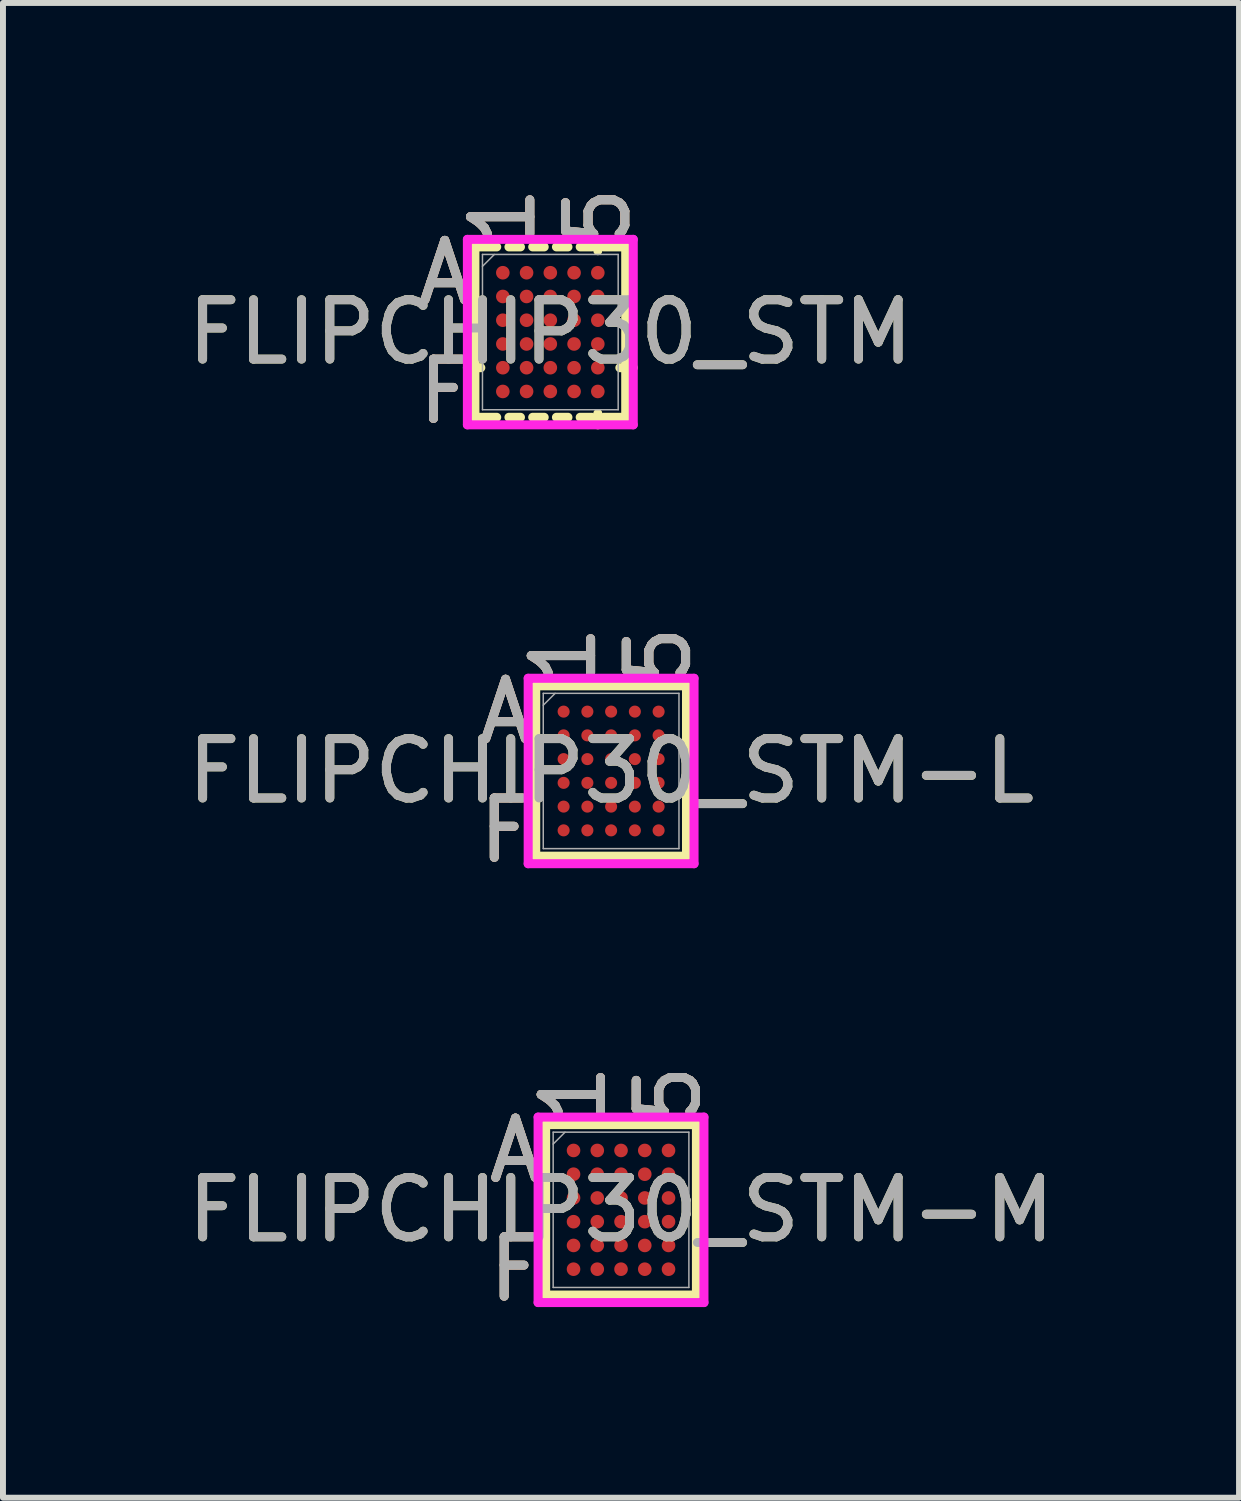
<source format=kicad_pcb>
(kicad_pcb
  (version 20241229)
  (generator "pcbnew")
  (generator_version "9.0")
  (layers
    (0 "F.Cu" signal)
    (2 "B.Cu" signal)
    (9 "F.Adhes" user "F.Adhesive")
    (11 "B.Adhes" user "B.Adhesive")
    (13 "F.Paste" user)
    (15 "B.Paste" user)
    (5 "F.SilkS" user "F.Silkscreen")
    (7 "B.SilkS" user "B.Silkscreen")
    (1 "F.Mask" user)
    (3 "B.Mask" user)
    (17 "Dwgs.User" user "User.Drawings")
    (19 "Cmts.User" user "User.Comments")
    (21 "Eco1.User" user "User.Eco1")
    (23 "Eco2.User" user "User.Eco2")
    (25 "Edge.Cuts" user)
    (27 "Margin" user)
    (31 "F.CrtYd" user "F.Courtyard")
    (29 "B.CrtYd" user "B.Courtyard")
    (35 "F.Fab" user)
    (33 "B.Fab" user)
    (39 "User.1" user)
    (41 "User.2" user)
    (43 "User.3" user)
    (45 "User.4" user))
  (footprint "FLIPCHIP30_STM-M"
    (layer "F.Cu")
    (at 7.411 17.329)
    (property "Reference" "FLIPCHIP30_STM-M" (at 0 0 0) (unlocked yes) (layer "F.SilkS") (effects (font (size 1 1) (thickness 0.15))))
    (attr smd)
    (fp_line (start -1.27 -1.435) (end -1.27 1.435) (stroke (width 0.152) (type solid)) (layer "F.SilkS"))
    (fp_line (start -1.27 1.435) (end 1.27 1.435) (stroke (width 0.152) (type solid)) (layer "F.SilkS"))
    (fp_line (start 1.27 -1.435) (end -1.27 -1.435) (stroke (width 0.152) (type solid)) (layer "F.SilkS"))
    (fp_line (start 1.27 1.435) (end 1.27 -1.435) (stroke (width 0.152) (type solid)) (layer "F.SilkS"))
    (fp_poly (pts (xy -1.444 -1.645) (xy 1.444 -1.645) (xy 1.444 1.645) (xy -1.444 1.645)) (stroke (width 0.1) (type solid)) (fill no) (layer "Eco2.User"))
    (fp_line (start -1.397 -1.562) (end 1.397 -1.562) (stroke (width 0.152) (type solid)) (layer "F.CrtYd"))
    (fp_line (start -1.397 1.562) (end -1.397 -1.562) (stroke (width 0.152) (type solid)) (layer "F.CrtYd"))
    (fp_line (start 1.397 -1.562) (end 1.397 1.562) (stroke (width 0.152) (type solid)) (layer "F.CrtYd"))
    (fp_line (start 1.397 1.562) (end -1.397 1.562) (stroke (width 0.152) (type solid)) (layer "F.CrtYd"))
    (fp_line (start -1.143 -1.308) (end -1.143 1.308) (stroke (width 0.025) (type solid)) (layer "F.Fab"))
    (fp_line (start -1.143 1.308) (end 1.143 1.308) (stroke (width 0.025) (type solid)) (layer "F.Fab"))
    (fp_line (start -0.943 -1.308) (end -1.143 -1.108) (stroke (width 0.025) (type solid)) (layer "F.Fab"))
    (fp_line (start 1.143 -1.308) (end -1.143 -1.308) (stroke (width 0.025) (type solid)) (layer "F.Fab"))
    (fp_line (start 1.143 1.308) (end 1.143 -1.308) (stroke (width 0.025) (type solid)) (layer "F.Fab"))
    (fp_text user "F" (at -1.778 1 0) (unlocked yes) (layer "F.SilkS") (effects (font (size 1 1) (thickness 0.15))))
    (fp_text user "5" (at 0.8 -1.943 90) (unlocked yes) (layer "F.SilkS") (effects (font (size 1 1) (thickness 0.15))))
    (fp_text user "A" (at -1.778 -1 0) (unlocked yes) (layer "F.SilkS") (effects (font (size 1 1) (thickness 0.15))))
    (fp_text user "1" (at -0.8 -1.943 90) (unlocked yes) (layer "F.SilkS") (effects (font (size 1 1) (thickness 0.15))))
    (fp_text user "A" (at -1.778 -1 0) (unlocked yes) (layer "B.SilkS") (effects (font (size 1 1) (thickness 0.15))))
    (fp_text user "1" (at -0.8 -1.943 90) (unlocked yes) (layer "B.SilkS") (effects (font (size 1 1) (thickness 0.15))))
    (fp_text user "F" (at -1.778 1 0) (unlocked yes) (layer "B.SilkS") (effects (font (size 1 1) (thickness 0.15))))
    (fp_text user "5" (at 0.8 -1.943 90) (unlocked yes) (layer "B.SilkS") (effects (font (size 1 1) (thickness 0.15))))
    (fp_text user "1" (at -0.8 -1.943 90) (unlocked yes) (layer "F.Fab") (effects (font (size 1 1) (thickness 0.15))))
    (fp_text user "${REFERENCE}" (at 0 0 0) (unlocked yes) (layer "F.Fab") (effects (font (size 1 1) (thickness 0.15))))
    (fp_text user "5" (at 0.8 -1.943 90) (unlocked yes) (layer "F.Fab") (effects (font (size 1 1) (thickness 0.15))))
    (fp_text user "F" (at -1.778 1 0) (unlocked yes) (layer "F.Fab") (effects (font (size 1 1) (thickness 0.15))))
    (fp_text user "A" (at -1.778 -1 0) (unlocked yes) (layer "F.Fab") (effects (font (size 1 1) (thickness 0.15))))
    (pad "A1" smd circle (at -0.8 -1) (size 0.229 0.229) (layers "F.Cu" "F.Mask" "F.Paste"))
    (pad "A2" smd circle (at -0.4 -1) (size 0.229 0.229) (layers "F.Cu" "F.Mask" "F.Paste"))
    (pad "A3" smd circle (at 0 -1) (size 0.229 0.229) (layers "F.Cu" "F.Mask" "F.Paste"))
    (pad "A4" smd circle (at 0.4 -1) (size 0.229 0.229) (layers "F.Cu" "F.Mask" "F.Paste"))
    (pad "A5" smd circle (at 0.8 -1) (size 0.229 0.229) (layers "F.Cu" "F.Mask" "F.Paste"))
    (pad "B1" smd circle (at -0.8 -0.6) (size 0.229 0.229) (layers "F.Cu" "F.Mask" "F.Paste"))
    (pad "B2" smd circle (at -0.4 -0.6) (size 0.229 0.229) (layers "F.Cu" "F.Mask" "F.Paste"))
    (pad "B3" smd circle (at 0 -0.6) (size 0.229 0.229) (layers "F.Cu" "F.Mask" "F.Paste"))
    (pad "B4" smd circle (at 0.4 -0.6) (size 0.229 0.229) (layers "F.Cu" "F.Mask" "F.Paste"))
    (pad "B5" smd circle (at 0.8 -0.6) (size 0.229 0.229) (layers "F.Cu" "F.Mask" "F.Paste"))
    (pad "C1" smd circle (at -0.8 -0.2) (size 0.229 0.229) (layers "F.Cu" "F.Mask" "F.Paste"))
    (pad "C2" smd circle (at -0.4 -0.2) (size 0.229 0.229) (layers "F.Cu" "F.Mask" "F.Paste"))
    (pad "C3" smd circle (at 0 -0.2) (size 0.229 0.229) (layers "F.Cu" "F.Mask" "F.Paste"))
    (pad "C4" smd circle (at 0.4 -0.2) (size 0.229 0.229) (layers "F.Cu" "F.Mask" "F.Paste"))
    (pad "C5" smd circle (at 0.8 -0.2) (size 0.229 0.229) (layers "F.Cu" "F.Mask" "F.Paste"))
    (pad "D1" smd circle (at -0.8 0.2) (size 0.229 0.229) (layers "F.Cu" "F.Mask" "F.Paste"))
    (pad "D2" smd circle (at -0.4 0.2) (size 0.229 0.229) (layers "F.Cu" "F.Mask" "F.Paste"))
    (pad "D3" smd circle (at 0 0.2) (size 0.229 0.229) (layers "F.Cu" "F.Mask" "F.Paste"))
    (pad "D4" smd circle (at 0.4 0.2) (size 0.229 0.229) (layers "F.Cu" "F.Mask" "F.Paste"))
    (pad "D5" smd circle (at 0.8 0.2) (size 0.229 0.229) (layers "F.Cu" "F.Mask" "F.Paste"))
    (pad "E1" smd circle (at -0.8 0.6) (size 0.229 0.229) (layers "F.Cu" "F.Mask" "F.Paste"))
    (pad "E2" smd circle (at -0.4 0.6) (size 0.229 0.229) (layers "F.Cu" "F.Mask" "F.Paste"))
    (pad "E3" smd circle (at 0 0.6) (size 0.229 0.229) (layers "F.Cu" "F.Mask" "F.Paste"))
    (pad "E4" smd circle (at 0.4 0.6) (size 0.229 0.229) (layers "F.Cu" "F.Mask" "F.Paste"))
    (pad "E5" smd circle (at 0.8 0.6) (size 0.229 0.229) (layers "F.Cu" "F.Mask" "F.Paste"))
    (pad "F1" smd circle (at -0.8 1) (size 0.229 0.229) (layers "F.Cu" "F.Mask" "F.Paste"))
    (pad "F2" smd circle (at -0.4 1) (size 0.229 0.229) (layers "F.Cu" "F.Mask" "F.Paste"))
    (pad "F3" smd circle (at 0 1) (size 0.229 0.229) (layers "F.Cu" "F.Mask" "F.Paste"))
    (pad "F4" smd circle (at 0.4 1) (size 0.229 0.229) (layers "F.Cu" "F.Mask" "F.Paste"))
    (pad "F5" smd circle (at 0.8 1) (size 0.229 0.229) (layers "F.Cu" "F.Mask" "F.Paste")))
  (footprint "FLIPCHIP30_STM-L"
    (layer "F.Cu")
    (at 7.244 9.937)
    (property "Reference" "FLIPCHIP30_STM-L" (at 0 0 0) (unlocked yes) (layer "F.SilkS") (effects (font (size 1 1) (thickness 0.15))))
    (attr smd)
    (fp_line (start -1.27 -1.435) (end -1.27 1.435) (stroke (width 0.152) (type solid)) (layer "F.SilkS"))
    (fp_line (start -1.27 1.435) (end 1.27 1.435) (stroke (width 0.152) (type solid)) (layer "F.SilkS"))
    (fp_line (start 1.27 -1.435) (end -1.27 -1.435) (stroke (width 0.152) (type solid)) (layer "F.SilkS"))
    (fp_line (start 1.27 1.435) (end 1.27 -1.435) (stroke (width 0.152) (type solid)) (layer "F.SilkS"))
    (fp_poly (pts (xy -1.444 -1.645) (xy 1.444 -1.645) (xy 1.444 1.645) (xy -1.444 1.645)) (stroke (width 0.1) (type solid)) (fill no) (layer "Eco2.User"))
    (fp_line (start -1.397 -1.562) (end 1.397 -1.562) (stroke (width 0.152) (type solid)) (layer "F.CrtYd"))
    (fp_line (start -1.397 1.562) (end -1.397 -1.562) (stroke (width 0.152) (type solid)) (layer "F.CrtYd"))
    (fp_line (start 1.397 -1.562) (end 1.397 1.562) (stroke (width 0.152) (type solid)) (layer "F.CrtYd"))
    (fp_line (start 1.397 1.562) (end -1.397 1.562) (stroke (width 0.152) (type solid)) (layer "F.CrtYd"))
    (fp_line (start -1.143 -1.308) (end -1.143 1.308) (stroke (width 0.025) (type solid)) (layer "F.Fab"))
    (fp_line (start -1.143 1.308) (end 1.143 1.308) (stroke (width 0.025) (type solid)) (layer "F.Fab"))
    (fp_line (start -0.943 -1.308) (end -1.143 -1.108) (stroke (width 0.025) (type solid)) (layer "F.Fab"))
    (fp_line (start 1.143 -1.308) (end -1.143 -1.308) (stroke (width 0.025) (type solid)) (layer "F.Fab"))
    (fp_line (start 1.143 1.308) (end 1.143 -1.308) (stroke (width 0.025) (type solid)) (layer "F.Fab"))
    (fp_text user "1" (at -0.8 -1.943 90) (unlocked yes) (layer "F.SilkS") (effects (font (size 1 1) (thickness 0.15))))
    (fp_text user "A" (at -1.778 -1 0) (unlocked yes) (layer "F.SilkS") (effects (font (size 1 1) (thickness 0.15))))
    (fp_text user "5" (at 0.8 -1.943 90) (unlocked yes) (layer "F.SilkS") (effects (font (size 1 1) (thickness 0.15))))
    (fp_text user "F" (at -1.778 1 0) (unlocked yes) (layer "F.SilkS") (effects (font (size 1 1) (thickness 0.15))))
    (fp_text user "A" (at -1.778 -1 0) (unlocked yes) (layer "B.SilkS") (effects (font (size 1 1) (thickness 0.15))))
    (fp_text user "F" (at -1.778 1 0) (unlocked yes) (layer "B.SilkS") (effects (font (size 1 1) (thickness 0.15))))
    (fp_text user "1" (at -0.8 -1.943 90) (unlocked yes) (layer "B.SilkS") (effects (font (size 1 1) (thickness 0.15))))
    (fp_text user "5" (at 0.8 -1.943 90) (unlocked yes) (layer "B.SilkS") (effects (font (size 1 1) (thickness 0.15))))
    (fp_text user "A" (at -1.778 -1 0) (unlocked yes) (layer "F.Fab") (effects (font (size 1 1) (thickness 0.15))))
    (fp_text user "F" (at -1.778 1 0) (unlocked yes) (layer "F.Fab") (effects (font (size 1 1) (thickness 0.15))))
    (fp_text user "1" (at -0.8 -1.943 90) (unlocked yes) (layer "F.Fab") (effects (font (size 1 1) (thickness 0.15))))
    (fp_text user "5" (at 0.8 -1.943 90) (unlocked yes) (layer "F.Fab") (effects (font (size 1 1) (thickness 0.15))))
    (fp_text user "${REFERENCE}" (at 0 0 0) (unlocked yes) (layer "F.Fab") (effects (font (size 1 1) (thickness 0.15))))
    (pad "A1" smd circle (at -0.8 -1) (size 0.203 0.203) (layers "F.Cu" "F.Mask" "F.Paste"))
    (pad "A2" smd circle (at -0.4 -1) (size 0.203 0.203) (layers "F.Cu" "F.Mask" "F.Paste"))
    (pad "A3" smd circle (at 0 -1) (size 0.203 0.203) (layers "F.Cu" "F.Mask" "F.Paste"))
    (pad "A4" smd circle (at 0.4 -1) (size 0.203 0.203) (layers "F.Cu" "F.Mask" "F.Paste"))
    (pad "A5" smd circle (at 0.8 -1) (size 0.203 0.203) (layers "F.Cu" "F.Mask" "F.Paste"))
    (pad "B1" smd circle (at -0.8 -0.6) (size 0.203 0.203) (layers "F.Cu" "F.Mask" "F.Paste"))
    (pad "B2" smd circle (at -0.4 -0.6) (size 0.203 0.203) (layers "F.Cu" "F.Mask" "F.Paste"))
    (pad "B3" smd circle (at 0 -0.6) (size 0.203 0.203) (layers "F.Cu" "F.Mask" "F.Paste"))
    (pad "B4" smd circle (at 0.4 -0.6) (size 0.203 0.203) (layers "F.Cu" "F.Mask" "F.Paste"))
    (pad "B5" smd circle (at 0.8 -0.6) (size 0.203 0.203) (layers "F.Cu" "F.Mask" "F.Paste"))
    (pad "C1" smd circle (at -0.8 -0.2) (size 0.203 0.203) (layers "F.Cu" "F.Mask" "F.Paste"))
    (pad "C2" smd circle (at -0.4 -0.2) (size 0.203 0.203) (layers "F.Cu" "F.Mask" "F.Paste"))
    (pad "C3" smd circle (at 0 -0.2) (size 0.203 0.203) (layers "F.Cu" "F.Mask" "F.Paste"))
    (pad "C4" smd circle (at 0.4 -0.2) (size 0.203 0.203) (layers "F.Cu" "F.Mask" "F.Paste"))
    (pad "C5" smd circle (at 0.8 -0.2) (size 0.203 0.203) (layers "F.Cu" "F.Mask" "F.Paste"))
    (pad "D1" smd circle (at -0.8 0.2) (size 0.203 0.203) (layers "F.Cu" "F.Mask" "F.Paste"))
    (pad "D2" smd circle (at -0.4 0.2) (size 0.203 0.203) (layers "F.Cu" "F.Mask" "F.Paste"))
    (pad "D3" smd circle (at 0 0.2) (size 0.203 0.203) (layers "F.Cu" "F.Mask" "F.Paste"))
    (pad "D4" smd circle (at 0.4 0.2) (size 0.203 0.203) (layers "F.Cu" "F.Mask" "F.Paste"))
    (pad "D5" smd circle (at 0.8 0.2) (size 0.203 0.203) (layers "F.Cu" "F.Mask" "F.Paste"))
    (pad "E1" smd circle (at -0.8 0.6) (size 0.203 0.203) (layers "F.Cu" "F.Mask" "F.Paste"))
    (pad "E2" smd circle (at -0.4 0.6) (size 0.203 0.203) (layers "F.Cu" "F.Mask" "F.Paste"))
    (pad "E3" smd circle (at 0 0.6) (size 0.203 0.203) (layers "F.Cu" "F.Mask" "F.Paste"))
    (pad "E4" smd circle (at 0.4 0.6) (size 0.203 0.203) (layers "F.Cu" "F.Mask" "F.Paste"))
    (pad "E5" smd circle (at 0.8 0.6) (size 0.203 0.203) (layers "F.Cu" "F.Mask" "F.Paste"))
    (pad "F1" smd circle (at -0.8 1) (size 0.203 0.203) (layers "F.Cu" "F.Mask" "F.Paste"))
    (pad "F2" smd circle (at -0.4 1) (size 0.203 0.203) (layers "F.Cu" "F.Mask" "F.Paste"))
    (pad "F3" smd circle (at 0 1) (size 0.203 0.203) (layers "F.Cu" "F.Mask" "F.Paste"))
    (pad "F4" smd circle (at 0.4 1) (size 0.203 0.203) (layers "F.Cu" "F.Mask" "F.Paste"))
    (pad "F5" smd circle (at 0.8 1) (size 0.203 0.203) (layers "F.Cu" "F.Mask" "F.Paste")))
  (footprint "FLIPCHIP30_STM"
    (layer "F.Cu")
    (at 6.22 2.544)
    (property "Reference" "FLIPCHIP30_STM" (at 0 0 0) (unlocked yes) (layer "F.SilkS") (effects (font (size 1 1) (thickness 0.15))))
    (attr smd)
    (fp_line (start -1.27 -1.435) (end -1.27 1.435) (stroke (width 0.152) (type solid)) (layer "F.SilkS"))
    (fp_line (start -1.27 1.435) (end -0.903 1.435) (stroke (width 0.152) (type solid)) (layer "F.SilkS"))
    (fp_line (start -1.171 0.6) (end -1.397 0.6) (stroke (width 0.152) (type solid)) (layer "F.SilkS"))
    (fp_line (start -0.903 -1.435) (end -1.27 -1.435) (stroke (width 0.152) (type solid)) (layer "F.SilkS"))
    (fp_line (start -0.697 1.435) (end -0.503 1.435) (stroke (width 0.152) (type solid)) (layer "F.SilkS"))
    (fp_line (start -0.503 -1.435) (end -0.697 -1.435) (stroke (width 0.152) (type solid)) (layer "F.SilkS"))
    (fp_line (start -0.297 1.435) (end -0.103 1.435) (stroke (width 0.152) (type solid)) (layer "F.SilkS"))
    (fp_line (start -0.103 -1.435) (end -0.297 -1.435) (stroke (width 0.152) (type solid)) (layer "F.SilkS"))
    (fp_line (start 0.103 1.435) (end 0.297 1.435) (stroke (width 0.152) (type solid)) (layer "F.SilkS"))
    (fp_line (start 0.297 -1.435) (end 0.103 -1.435) (stroke (width 0.152) (type solid)) (layer "F.SilkS"))
    (fp_line (start 0.503 1.435) (end 0.697 1.435) (stroke (width 0.152) (type solid)) (layer "F.SilkS"))
    (fp_line (start 0.697 -1.435) (end 0.503 -1.435) (stroke (width 0.152) (type solid)) (layer "F.SilkS"))
    (fp_line (start 0.8 -1.371) (end 0.8 -1.562) (stroke (width 0.152) (type solid)) (layer "F.SilkS"))
    (fp_line (start 0.8 1.371) (end 0.8 1.562) (stroke (width 0.152) (type solid)) (layer "F.SilkS"))
    (fp_line (start 0.903 1.435) (end 1.27 1.435) (stroke (width 0.152) (type solid)) (layer "F.SilkS"))
    (fp_line (start 1.171 0.6) (end 1.397 0.6) (stroke (width 0.152) (type solid)) (layer "F.SilkS"))
    (fp_line (start 1.27 -1.435) (end 0.903 -1.435) (stroke (width 0.152) (type solid)) (layer "F.SilkS"))
    (fp_line (start 1.27 1.435) (end 1.27 -1.435) (stroke (width 0.152) (type solid)) (layer "F.SilkS"))
    (fp_poly (pts (xy -1.444 -1.645) (xy 1.444 -1.645) (xy 1.444 1.645) (xy -1.444 1.645)) (stroke (width 0.1) (type solid)) (fill no) (layer "Eco2.User"))
    (fp_line (start -1.397 -1.562) (end 1.397 -1.562) (stroke (width 0.152) (type solid)) (layer "F.CrtYd"))
    (fp_line (start -1.397 1.562) (end -1.397 -1.562) (stroke (width 0.152) (type solid)) (layer "F.CrtYd"))
    (fp_line (start 1.397 -1.562) (end 1.397 1.562) (stroke (width 0.152) (type solid)) (layer "F.CrtYd"))
    (fp_line (start 1.397 1.562) (end -1.397 1.562) (stroke (width 0.152) (type solid)) (layer "F.CrtYd"))
    (fp_line (start -1.143 -1.308) (end -1.143 1.308) (stroke (width 0.025) (type solid)) (layer "F.Fab"))
    (fp_line (start -1.143 1.308) (end 1.143 1.308) (stroke (width 0.025) (type solid)) (layer "F.Fab"))
    (fp_line (start -0.943 -1.308) (end -1.143 -1.108) (stroke (width 0.025) (type solid)) (layer "F.Fab"))
    (fp_line (start 1.143 -1.308) (end -1.143 -1.308) (stroke (width 0.025) (type solid)) (layer "F.Fab"))
    (fp_line (start 1.143 1.308) (end 1.143 -1.308) (stroke (width 0.025) (type solid)) (layer "F.Fab"))
    (fp_text user "F" (at -1.778 1 0) (unlocked yes) (layer "F.SilkS") (effects (font (size 1 1) (thickness 0.15))))
    (fp_text user "1" (at -0.8 -1.943 90) (unlocked yes) (layer "F.SilkS") (effects (font (size 1 1) (thickness 0.15))))
    (fp_text user "A" (at -1.778 -1 0) (unlocked yes) (layer "F.SilkS") (effects (font (size 1 1) (thickness 0.15))))
    (fp_text user "5" (at 0.8 -1.943 90) (unlocked yes) (layer "F.SilkS") (effects (font (size 1 1) (thickness 0.15))))
    (fp_text user "5" (at 0.8 -1.943 90) (unlocked yes) (layer "B.SilkS") (effects (font (size 1 1) (thickness 0.15))))
    (fp_text user "F" (at -1.778 1 0) (unlocked yes) (layer "B.SilkS") (effects (font (size 1 1) (thickness 0.15))))
    (fp_text user "1" (at -0.8 -1.943 90) (unlocked yes) (layer "B.SilkS") (effects (font (size 1 1) (thickness 0.15))))
    (fp_text user "A" (at -1.778 -1 0) (unlocked yes) (layer "B.SilkS") (effects (font (size 1 1) (thickness 0.15))))
    (fp_text user "F" (at -1.778 1 0) (unlocked yes) (layer "F.Fab") (effects (font (size 1 1) (thickness 0.15))))
    (fp_text user "1" (at -0.8 -1.943 90) (unlocked yes) (layer "F.Fab") (effects (font (size 1 1) (thickness 0.15))))
    (fp_text user "5" (at 0.8 -1.943 90) (unlocked yes) (layer "F.Fab") (effects (font (size 1 1) (thickness 0.15))))
    (fp_text user "${REFERENCE}" (at 0 0 0) (unlocked yes) (layer "F.Fab") (effects (font (size 1 1) (thickness 0.15))))
    (fp_text user "A" (at -1.778 -1 0) (unlocked yes) (layer "F.Fab") (effects (font (size 1 1) (thickness 0.15))))
    (pad "A1" smd circle (at -0.8 -1) (size 0.229 0.229) (layers "F.Cu" "F.Mask" "F.Paste"))
    (pad "A2" smd circle (at -0.4 -1) (size 0.229 0.229) (layers "F.Cu" "F.Mask" "F.Paste"))
    (pad "A3" smd circle (at 0 -1) (size 0.229 0.229) (layers "F.Cu" "F.Mask" "F.Paste"))
    (pad "A4" smd circle (at 0.4 -1) (size 0.229 0.229) (layers "F.Cu" "F.Mask" "F.Paste"))
    (pad "A5" smd circle (at 0.8 -1) (size 0.229 0.229) (layers "F.Cu" "F.Mask" "F.Paste"))
    (pad "B1" smd circle (at -0.8 -0.6) (size 0.229 0.229) (layers "F.Cu" "F.Mask" "F.Paste"))
    (pad "B2" smd circle (at -0.4 -0.6) (size 0.229 0.229) (layers "F.Cu" "F.Mask" "F.Paste"))
    (pad "B3" smd circle (at 0 -0.6) (size 0.229 0.229) (layers "F.Cu" "F.Mask" "F.Paste"))
    (pad "B4" smd circle (at 0.4 -0.6) (size 0.229 0.229) (layers "F.Cu" "F.Mask" "F.Paste"))
    (pad "B5" smd circle (at 0.8 -0.6) (size 0.229 0.229) (layers "F.Cu" "F.Mask" "F.Paste"))
    (pad "C1" smd circle (at -0.8 -0.2) (size 0.229 0.229) (layers "F.Cu" "F.Mask" "F.Paste"))
    (pad "C2" smd circle (at -0.4 -0.2) (size 0.229 0.229) (layers "F.Cu" "F.Mask" "F.Paste"))
    (pad "C3" smd circle (at 0 -0.2) (size 0.229 0.229) (layers "F.Cu" "F.Mask" "F.Paste"))
    (pad "C4" smd circle (at 0.4 -0.2) (size 0.229 0.229) (layers "F.Cu" "F.Mask" "F.Paste"))
    (pad "C5" smd circle (at 0.8 -0.2) (size 0.229 0.229) (layers "F.Cu" "F.Mask" "F.Paste"))
    (pad "D1" smd circle (at -0.8 0.2) (size 0.229 0.229) (layers "F.Cu" "F.Mask" "F.Paste"))
    (pad "D2" smd circle (at -0.4 0.2) (size 0.229 0.229) (layers "F.Cu" "F.Mask" "F.Paste"))
    (pad "D3" smd circle (at 0 0.2) (size 0.229 0.229) (layers "F.Cu" "F.Mask" "F.Paste"))
    (pad "D4" smd circle (at 0.4 0.2) (size 0.229 0.229) (layers "F.Cu" "F.Mask" "F.Paste"))
    (pad "D5" smd circle (at 0.8 0.2) (size 0.229 0.229) (layers "F.Cu" "F.Mask" "F.Paste"))
    (pad "E1" smd circle (at -0.8 0.6) (size 0.229 0.229) (layers "F.Cu" "F.Mask" "F.Paste"))
    (pad "E2" smd circle (at -0.4 0.6) (size 0.229 0.229) (layers "F.Cu" "F.Mask" "F.Paste"))
    (pad "E3" smd circle (at 0 0.6) (size 0.229 0.229) (layers "F.Cu" "F.Mask" "F.Paste"))
    (pad "E4" smd circle (at 0.4 0.6) (size 0.229 0.229) (layers "F.Cu" "F.Mask" "F.Paste"))
    (pad "E5" smd circle (at 0.8 0.6) (size 0.229 0.229) (layers "F.Cu" "F.Mask" "F.Paste"))
    (pad "F1" smd circle (at -0.8 1) (size 0.229 0.229) (layers "F.Cu" "F.Mask" "F.Paste"))
    (pad "F2" smd circle (at -0.4 1) (size 0.229 0.229) (layers "F.Cu" "F.Mask" "F.Paste"))
    (pad "F3" smd circle (at 0 1) (size 0.229 0.229) (layers "F.Cu" "F.Mask" "F.Paste"))
    (pad "F4" smd circle (at 0.4 1) (size 0.229 0.229) (layers "F.Cu" "F.Mask" "F.Paste"))
    (pad "F5" smd circle (at 0.8 1) (size 0.229 0.229) (layers "F.Cu" "F.Mask" "F.Paste")))
  (gr_rect
    (start -3 -3)
    (end 17.821 22.178)
    (stroke (width 0.1) (type default))
    (fill no)
    (layer "Edge.Cuts")))
</source>
